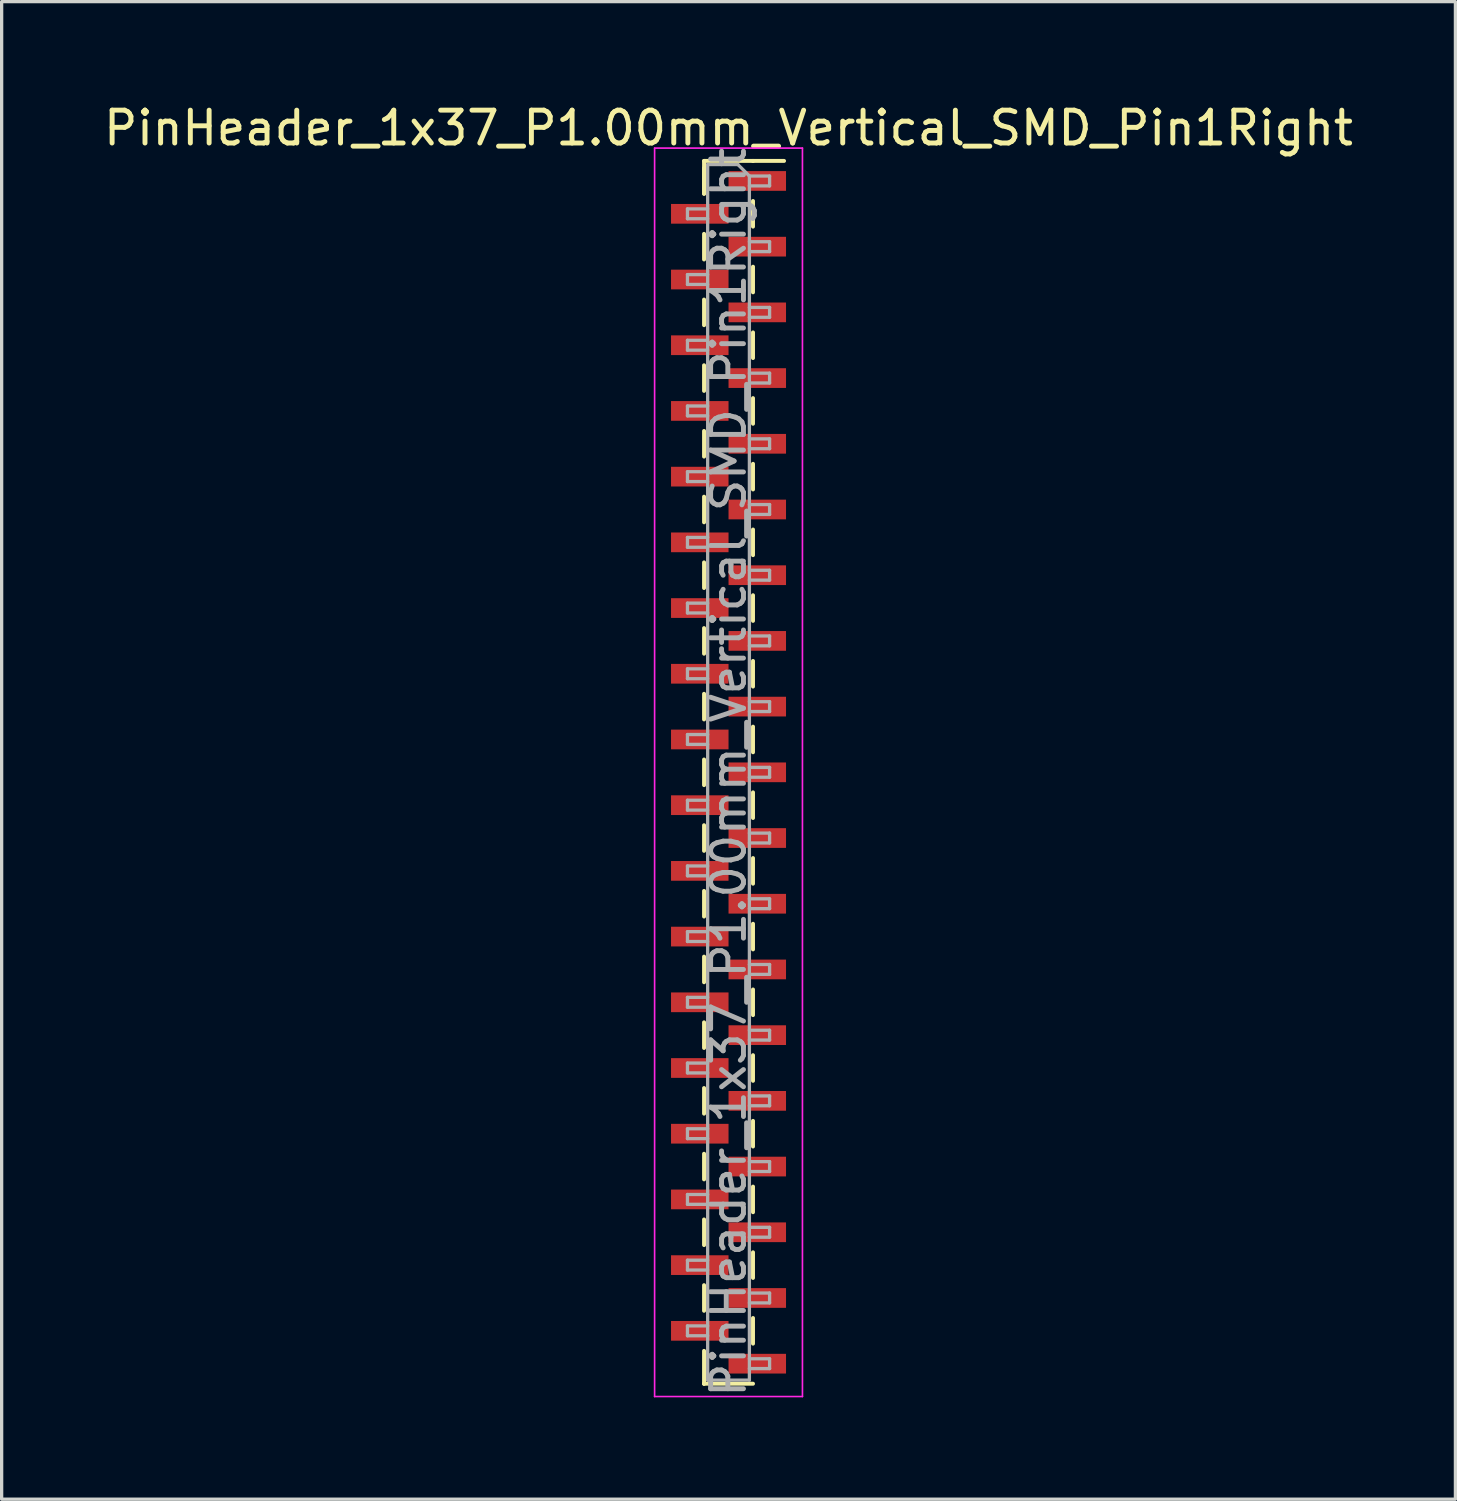
<source format=kicad_pcb>
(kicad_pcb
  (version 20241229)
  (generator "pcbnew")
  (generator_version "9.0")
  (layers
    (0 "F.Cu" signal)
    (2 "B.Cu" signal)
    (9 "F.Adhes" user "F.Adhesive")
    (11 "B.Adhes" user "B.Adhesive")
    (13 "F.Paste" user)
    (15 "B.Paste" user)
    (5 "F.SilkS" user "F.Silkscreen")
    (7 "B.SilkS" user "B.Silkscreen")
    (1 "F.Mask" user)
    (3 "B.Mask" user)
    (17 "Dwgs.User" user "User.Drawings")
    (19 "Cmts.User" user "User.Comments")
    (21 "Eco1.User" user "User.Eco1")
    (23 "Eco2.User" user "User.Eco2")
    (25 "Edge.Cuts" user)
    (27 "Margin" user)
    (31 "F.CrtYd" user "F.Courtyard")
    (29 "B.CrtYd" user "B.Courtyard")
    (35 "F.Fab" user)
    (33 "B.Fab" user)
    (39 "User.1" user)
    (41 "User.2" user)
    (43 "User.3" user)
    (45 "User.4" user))
  (footprint "PinHeader_1x37_P1.00mm_Vertical_SMD_Pin1Right"
    (layer "F.Cu")
    (at 19.125 20.458)
    (property "Reference" "PinHeader_1x37_P1.00mm_Vertical_SMD_Pin1Right" (at 0 -19.61 0) (layer "F.SilkS") (effects (font (size 1 1) (thickness 0.15))))
    (attr smd)
    (fp_line (start -0.745 -18.61) (end -0.745 -17.61) (stroke (width 0.12) (type solid)) (layer "F.SilkS"))
    (fp_line (start -0.745 -18.61) (end 0.745 -18.61) (stroke (width 0.12) (type solid)) (layer "F.SilkS"))
    (fp_line (start -0.745 -18.39) (end -0.745 -17.61) (stroke (width 0.12) (type solid)) (layer "F.SilkS"))
    (fp_line (start -0.745 -16.39) (end -0.745 -15.61) (stroke (width 0.12) (type solid)) (layer "F.SilkS"))
    (fp_line (start -0.745 -14.39) (end -0.745 -13.61) (stroke (width 0.12) (type solid)) (layer "F.SilkS"))
    (fp_line (start -0.745 -12.39) (end -0.745 -11.61) (stroke (width 0.12) (type solid)) (layer "F.SilkS"))
    (fp_line (start -0.745 -10.39) (end -0.745 -9.61) (stroke (width 0.12) (type solid)) (layer "F.SilkS"))
    (fp_line (start -0.745 -8.39) (end -0.745 -7.61) (stroke (width 0.12) (type solid)) (layer "F.SilkS"))
    (fp_line (start -0.745 -6.39) (end -0.745 -5.61) (stroke (width 0.12) (type solid)) (layer "F.SilkS"))
    (fp_line (start -0.745 -4.39) (end -0.745 -3.61) (stroke (width 0.12) (type solid)) (layer "F.SilkS"))
    (fp_line (start -0.745 -2.39) (end -0.745 -1.61) (stroke (width 0.12) (type solid)) (layer "F.SilkS"))
    (fp_line (start -0.745 -0.39) (end -0.745 0.39) (stroke (width 0.12) (type solid)) (layer "F.SilkS"))
    (fp_line (start -0.745 1.61) (end -0.745 2.39) (stroke (width 0.12) (type solid)) (layer "F.SilkS"))
    (fp_line (start -0.745 3.61) (end -0.745 4.39) (stroke (width 0.12) (type solid)) (layer "F.SilkS"))
    (fp_line (start -0.745 5.61) (end -0.745 6.39) (stroke (width 0.12) (type solid)) (layer "F.SilkS"))
    (fp_line (start -0.745 7.61) (end -0.745 8.39) (stroke (width 0.12) (type solid)) (layer "F.SilkS"))
    (fp_line (start -0.745 9.61) (end -0.745 10.39) (stroke (width 0.12) (type solid)) (layer "F.SilkS"))
    (fp_line (start -0.745 11.61) (end -0.745 12.39) (stroke (width 0.12) (type solid)) (layer "F.SilkS"))
    (fp_line (start -0.745 13.61) (end -0.745 14.39) (stroke (width 0.12) (type solid)) (layer "F.SilkS"))
    (fp_line (start -0.745 15.61) (end -0.745 16.39) (stroke (width 0.12) (type solid)) (layer "F.SilkS"))
    (fp_line (start -0.745 17.61) (end -0.745 18.61) (stroke (width 0.12) (type solid)) (layer "F.SilkS"))
    (fp_line (start -0.745 18.61) (end -0.745 18.61) (stroke (width 0.12) (type solid)) (layer "F.SilkS"))
    (fp_line (start -0.745 18.61) (end 0.745 18.61) (stroke (width 0.12) (type solid)) (layer "F.SilkS"))
    (fp_line (start 0.745 -18.61) (end 0.745 -18.61) (stroke (width 0.12) (type solid)) (layer "F.SilkS"))
    (fp_line (start 0.745 -18.61) (end 1.69 -18.61) (stroke (width 0.12) (type solid)) (layer "F.SilkS"))
    (fp_line (start 0.745 -17.39) (end 0.745 -16.61) (stroke (width 0.12) (type solid)) (layer "F.SilkS"))
    (fp_line (start 0.745 -15.39) (end 0.745 -14.61) (stroke (width 0.12) (type solid)) (layer "F.SilkS"))
    (fp_line (start 0.745 -13.39) (end 0.745 -12.61) (stroke (width 0.12) (type solid)) (layer "F.SilkS"))
    (fp_line (start 0.745 -11.39) (end 0.745 -10.61) (stroke (width 0.12) (type solid)) (layer "F.SilkS"))
    (fp_line (start 0.745 -9.39) (end 0.745 -8.61) (stroke (width 0.12) (type solid)) (layer "F.SilkS"))
    (fp_line (start 0.745 -7.39) (end 0.745 -6.61) (stroke (width 0.12) (type solid)) (layer "F.SilkS"))
    (fp_line (start 0.745 -5.39) (end 0.745 -4.61) (stroke (width 0.12) (type solid)) (layer "F.SilkS"))
    (fp_line (start 0.745 -3.39) (end 0.745 -2.61) (stroke (width 0.12) (type solid)) (layer "F.SilkS"))
    (fp_line (start 0.745 -1.39) (end 0.745 -0.61) (stroke (width 0.12) (type solid)) (layer "F.SilkS"))
    (fp_line (start 0.745 0.61) (end 0.745 1.39) (stroke (width 0.12) (type solid)) (layer "F.SilkS"))
    (fp_line (start 0.745 2.61) (end 0.745 3.39) (stroke (width 0.12) (type solid)) (layer "F.SilkS"))
    (fp_line (start 0.745 4.61) (end 0.745 5.39) (stroke (width 0.12) (type solid)) (layer "F.SilkS"))
    (fp_line (start 0.745 6.61) (end 0.745 7.39) (stroke (width 0.12) (type solid)) (layer "F.SilkS"))
    (fp_line (start 0.745 8.61) (end 0.745 9.39) (stroke (width 0.12) (type solid)) (layer "F.SilkS"))
    (fp_line (start 0.745 10.61) (end 0.745 11.39) (stroke (width 0.12) (type solid)) (layer "F.SilkS"))
    (fp_line (start 0.745 12.61) (end 0.745 13.39) (stroke (width 0.12) (type solid)) (layer "F.SilkS"))
    (fp_line (start 0.745 14.61) (end 0.745 15.39) (stroke (width 0.12) (type solid)) (layer "F.SilkS"))
    (fp_line (start 0.745 16.61) (end 0.745 17.39) (stroke (width 0.12) (type solid)) (layer "F.SilkS"))
    (fp_line (start -2.25 -19) (end -2.25 19) (stroke (width 0.05) (type solid)) (layer "F.CrtYd"))
    (fp_line (start -2.25 19) (end 2.25 19) (stroke (width 0.05) (type solid)) (layer "F.CrtYd"))
    (fp_line (start 2.25 -19) (end -2.25 -19) (stroke (width 0.05) (type solid)) (layer "F.CrtYd"))
    (fp_line (start 2.25 19) (end 2.25 -19) (stroke (width 0.05) (type solid)) (layer "F.CrtYd"))
    (fp_line (start -1.25 -17.15) (end -1.25 -16.85) (stroke (width 0.1) (type solid)) (layer "F.Fab"))
    (fp_line (start -1.25 -16.85) (end -0.635 -16.85) (stroke (width 0.1) (type solid)) (layer "F.Fab"))
    (fp_line (start -1.25 -15.15) (end -1.25 -14.85) (stroke (width 0.1) (type solid)) (layer "F.Fab"))
    (fp_line (start -1.25 -14.85) (end -0.635 -14.85) (stroke (width 0.1) (type solid)) (layer "F.Fab"))
    (fp_line (start -1.25 -13.15) (end -1.25 -12.85) (stroke (width 0.1) (type solid)) (layer "F.Fab"))
    (fp_line (start -1.25 -12.85) (end -0.635 -12.85) (stroke (width 0.1) (type solid)) (layer "F.Fab"))
    (fp_line (start -1.25 -11.15) (end -1.25 -10.85) (stroke (width 0.1) (type solid)) (layer "F.Fab"))
    (fp_line (start -1.25 -10.85) (end -0.635 -10.85) (stroke (width 0.1) (type solid)) (layer "F.Fab"))
    (fp_line (start -1.25 -9.15) (end -1.25 -8.85) (stroke (width 0.1) (type solid)) (layer "F.Fab"))
    (fp_line (start -1.25 -8.85) (end -0.635 -8.85) (stroke (width 0.1) (type solid)) (layer "F.Fab"))
    (fp_line (start -1.25 -7.15) (end -1.25 -6.85) (stroke (width 0.1) (type solid)) (layer "F.Fab"))
    (fp_line (start -1.25 -6.85) (end -0.635 -6.85) (stroke (width 0.1) (type solid)) (layer "F.Fab"))
    (fp_line (start -1.25 -5.15) (end -1.25 -4.85) (stroke (width 0.1) (type solid)) (layer "F.Fab"))
    (fp_line (start -1.25 -4.85) (end -0.635 -4.85) (stroke (width 0.1) (type solid)) (layer "F.Fab"))
    (fp_line (start -1.25 -3.15) (end -1.25 -2.85) (stroke (width 0.1) (type solid)) (layer "F.Fab"))
    (fp_line (start -1.25 -2.85) (end -0.635 -2.85) (stroke (width 0.1) (type solid)) (layer "F.Fab"))
    (fp_line (start -1.25 -1.15) (end -1.25 -0.85) (stroke (width 0.1) (type solid)) (layer "F.Fab"))
    (fp_line (start -1.25 -0.85) (end -0.635 -0.85) (stroke (width 0.1) (type solid)) (layer "F.Fab"))
    (fp_line (start -1.25 0.85) (end -1.25 1.15) (stroke (width 0.1) (type solid)) (layer "F.Fab"))
    (fp_line (start -1.25 1.15) (end -0.635 1.15) (stroke (width 0.1) (type solid)) (layer "F.Fab"))
    (fp_line (start -1.25 2.85) (end -1.25 3.15) (stroke (width 0.1) (type solid)) (layer "F.Fab"))
    (fp_line (start -1.25 3.15) (end -0.635 3.15) (stroke (width 0.1) (type solid)) (layer "F.Fab"))
    (fp_line (start -1.25 4.85) (end -1.25 5.15) (stroke (width 0.1) (type solid)) (layer "F.Fab"))
    (fp_line (start -1.25 5.15) (end -0.635 5.15) (stroke (width 0.1) (type solid)) (layer "F.Fab"))
    (fp_line (start -1.25 6.85) (end -1.25 7.15) (stroke (width 0.1) (type solid)) (layer "F.Fab"))
    (fp_line (start -1.25 7.15) (end -0.635 7.15) (stroke (width 0.1) (type solid)) (layer "F.Fab"))
    (fp_line (start -1.25 8.85) (end -1.25 9.15) (stroke (width 0.1) (type solid)) (layer "F.Fab"))
    (fp_line (start -1.25 9.15) (end -0.635 9.15) (stroke (width 0.1) (type solid)) (layer "F.Fab"))
    (fp_line (start -1.25 10.85) (end -1.25 11.15) (stroke (width 0.1) (type solid)) (layer "F.Fab"))
    (fp_line (start -1.25 11.15) (end -0.635 11.15) (stroke (width 0.1) (type solid)) (layer "F.Fab"))
    (fp_line (start -1.25 12.85) (end -1.25 13.15) (stroke (width 0.1) (type solid)) (layer "F.Fab"))
    (fp_line (start -1.25 13.15) (end -0.635 13.15) (stroke (width 0.1) (type solid)) (layer "F.Fab"))
    (fp_line (start -1.25 14.85) (end -1.25 15.15) (stroke (width 0.1) (type solid)) (layer "F.Fab"))
    (fp_line (start -1.25 15.15) (end -0.635 15.15) (stroke (width 0.1) (type solid)) (layer "F.Fab"))
    (fp_line (start -1.25 16.85) (end -1.25 17.15) (stroke (width 0.1) (type solid)) (layer "F.Fab"))
    (fp_line (start -1.25 17.15) (end -0.635 17.15) (stroke (width 0.1) (type solid)) (layer "F.Fab"))
    (fp_line (start -0.635 -18.5) (end -0.635 18.5) (stroke (width 0.1) (type solid)) (layer "F.Fab"))
    (fp_line (start -0.635 -18.5) (end 0.285 -18.5) (stroke (width 0.1) (type solid)) (layer "F.Fab"))
    (fp_line (start -0.635 -17.15) (end -1.25 -17.15) (stroke (width 0.1) (type solid)) (layer "F.Fab"))
    (fp_line (start -0.635 -15.15) (end -1.25 -15.15) (stroke (width 0.1) (type solid)) (layer "F.Fab"))
    (fp_line (start -0.635 -13.15) (end -1.25 -13.15) (stroke (width 0.1) (type solid)) (layer "F.Fab"))
    (fp_line (start -0.635 -11.15) (end -1.25 -11.15) (stroke (width 0.1) (type solid)) (layer "F.Fab"))
    (fp_line (start -0.635 -9.15) (end -1.25 -9.15) (stroke (width 0.1) (type solid)) (layer "F.Fab"))
    (fp_line (start -0.635 -7.15) (end -1.25 -7.15) (stroke (width 0.1) (type solid)) (layer "F.Fab"))
    (fp_line (start -0.635 -5.15) (end -1.25 -5.15) (stroke (width 0.1) (type solid)) (layer "F.Fab"))
    (fp_line (start -0.635 -3.15) (end -1.25 -3.15) (stroke (width 0.1) (type solid)) (layer "F.Fab"))
    (fp_line (start -0.635 -1.15) (end -1.25 -1.15) (stroke (width 0.1) (type solid)) (layer "F.Fab"))
    (fp_line (start -0.635 0.85) (end -1.25 0.85) (stroke (width 0.1) (type solid)) (layer "F.Fab"))
    (fp_line (start -0.635 2.85) (end -1.25 2.85) (stroke (width 0.1) (type solid)) (layer "F.Fab"))
    (fp_line (start -0.635 4.85) (end -1.25 4.85) (stroke (width 0.1) (type solid)) (layer "F.Fab"))
    (fp_line (start -0.635 6.85) (end -1.25 6.85) (stroke (width 0.1) (type solid)) (layer "F.Fab"))
    (fp_line (start -0.635 8.85) (end -1.25 8.85) (stroke (width 0.1) (type solid)) (layer "F.Fab"))
    (fp_line (start -0.635 10.85) (end -1.25 10.85) (stroke (width 0.1) (type solid)) (layer "F.Fab"))
    (fp_line (start -0.635 12.85) (end -1.25 12.85) (stroke (width 0.1) (type solid)) (layer "F.Fab"))
    (fp_line (start -0.635 14.85) (end -1.25 14.85) (stroke (width 0.1) (type solid)) (layer "F.Fab"))
    (fp_line (start -0.635 16.85) (end -1.25 16.85) (stroke (width 0.1) (type solid)) (layer "F.Fab"))
    (fp_line (start 0.635 -18.15) (end 0.285 -18.5) (stroke (width 0.1) (type solid)) (layer "F.Fab"))
    (fp_line (start 0.635 -18.15) (end 1.25 -18.15) (stroke (width 0.1) (type solid)) (layer "F.Fab"))
    (fp_line (start 0.635 -16.15) (end 1.25 -16.15) (stroke (width 0.1) (type solid)) (layer "F.Fab"))
    (fp_line (start 0.635 -14.15) (end 1.25 -14.15) (stroke (width 0.1) (type solid)) (layer "F.Fab"))
    (fp_line (start 0.635 -12.15) (end 1.25 -12.15) (stroke (width 0.1) (type solid)) (layer "F.Fab"))
    (fp_line (start 0.635 -10.15) (end 1.25 -10.15) (stroke (width 0.1) (type solid)) (layer "F.Fab"))
    (fp_line (start 0.635 -8.15) (end 1.25 -8.15) (stroke (width 0.1) (type solid)) (layer "F.Fab"))
    (fp_line (start 0.635 -6.15) (end 1.25 -6.15) (stroke (width 0.1) (type solid)) (layer "F.Fab"))
    (fp_line (start 0.635 -4.15) (end 1.25 -4.15) (stroke (width 0.1) (type solid)) (layer "F.Fab"))
    (fp_line (start 0.635 -2.15) (end 1.25 -2.15) (stroke (width 0.1) (type solid)) (layer "F.Fab"))
    (fp_line (start 0.635 -0.15) (end 1.25 -0.15) (stroke (width 0.1) (type solid)) (layer "F.Fab"))
    (fp_line (start 0.635 1.85) (end 1.25 1.85) (stroke (width 0.1) (type solid)) (layer "F.Fab"))
    (fp_line (start 0.635 3.85) (end 1.25 3.85) (stroke (width 0.1) (type solid)) (layer "F.Fab"))
    (fp_line (start 0.635 5.85) (end 1.25 5.85) (stroke (width 0.1) (type solid)) (layer "F.Fab"))
    (fp_line (start 0.635 7.85) (end 1.25 7.85) (stroke (width 0.1) (type solid)) (layer "F.Fab"))
    (fp_line (start 0.635 9.85) (end 1.25 9.85) (stroke (width 0.1) (type solid)) (layer "F.Fab"))
    (fp_line (start 0.635 11.85) (end 1.25 11.85) (stroke (width 0.1) (type solid)) (layer "F.Fab"))
    (fp_line (start 0.635 13.85) (end 1.25 13.85) (stroke (width 0.1) (type solid)) (layer "F.Fab"))
    (fp_line (start 0.635 15.85) (end 1.25 15.85) (stroke (width 0.1) (type solid)) (layer "F.Fab"))
    (fp_line (start 0.635 17.85) (end 1.25 17.85) (stroke (width 0.1) (type solid)) (layer "F.Fab"))
    (fp_line (start 0.635 18.5) (end -0.635 18.5) (stroke (width 0.1) (type solid)) (layer "F.Fab"))
    (fp_line (start 0.635 18.5) (end 0.635 -18.15) (stroke (width 0.1) (type solid)) (layer "F.Fab"))
    (fp_line (start 1.25 -18.15) (end 1.25 -17.85) (stroke (width 0.1) (type solid)) (layer "F.Fab"))
    (fp_line (start 1.25 -17.85) (end 0.635 -17.85) (stroke (width 0.1) (type solid)) (layer "F.Fab"))
    (fp_line (start 1.25 -16.15) (end 1.25 -15.85) (stroke (width 0.1) (type solid)) (layer "F.Fab"))
    (fp_line (start 1.25 -15.85) (end 0.635 -15.85) (stroke (width 0.1) (type solid)) (layer "F.Fab"))
    (fp_line (start 1.25 -14.15) (end 1.25 -13.85) (stroke (width 0.1) (type solid)) (layer "F.Fab"))
    (fp_line (start 1.25 -13.85) (end 0.635 -13.85) (stroke (width 0.1) (type solid)) (layer "F.Fab"))
    (fp_line (start 1.25 -12.15) (end 1.25 -11.85) (stroke (width 0.1) (type solid)) (layer "F.Fab"))
    (fp_line (start 1.25 -11.85) (end 0.635 -11.85) (stroke (width 0.1) (type solid)) (layer "F.Fab"))
    (fp_line (start 1.25 -10.15) (end 1.25 -9.85) (stroke (width 0.1) (type solid)) (layer "F.Fab"))
    (fp_line (start 1.25 -9.85) (end 0.635 -9.85) (stroke (width 0.1) (type solid)) (layer "F.Fab"))
    (fp_line (start 1.25 -8.15) (end 1.25 -7.85) (stroke (width 0.1) (type solid)) (layer "F.Fab"))
    (fp_line (start 1.25 -7.85) (end 0.635 -7.85) (stroke (width 0.1) (type solid)) (layer "F.Fab"))
    (fp_line (start 1.25 -6.15) (end 1.25 -5.85) (stroke (width 0.1) (type solid)) (layer "F.Fab"))
    (fp_line (start 1.25 -5.85) (end 0.635 -5.85) (stroke (width 0.1) (type solid)) (layer "F.Fab"))
    (fp_line (start 1.25 -4.15) (end 1.25 -3.85) (stroke (width 0.1) (type solid)) (layer "F.Fab"))
    (fp_line (start 1.25 -3.85) (end 0.635 -3.85) (stroke (width 0.1) (type solid)) (layer "F.Fab"))
    (fp_line (start 1.25 -2.15) (end 1.25 -1.85) (stroke (width 0.1) (type solid)) (layer "F.Fab"))
    (fp_line (start 1.25 -1.85) (end 0.635 -1.85) (stroke (width 0.1) (type solid)) (layer "F.Fab"))
    (fp_line (start 1.25 -0.15) (end 1.25 0.15) (stroke (width 0.1) (type solid)) (layer "F.Fab"))
    (fp_line (start 1.25 0.15) (end 0.635 0.15) (stroke (width 0.1) (type solid)) (layer "F.Fab"))
    (fp_line (start 1.25 1.85) (end 1.25 2.15) (stroke (width 0.1) (type solid)) (layer "F.Fab"))
    (fp_line (start 1.25 2.15) (end 0.635 2.15) (stroke (width 0.1) (type solid)) (layer "F.Fab"))
    (fp_line (start 1.25 3.85) (end 1.25 4.15) (stroke (width 0.1) (type solid)) (layer "F.Fab"))
    (fp_line (start 1.25 4.15) (end 0.635 4.15) (stroke (width 0.1) (type solid)) (layer "F.Fab"))
    (fp_line (start 1.25 5.85) (end 1.25 6.15) (stroke (width 0.1) (type solid)) (layer "F.Fab"))
    (fp_line (start 1.25 6.15) (end 0.635 6.15) (stroke (width 0.1) (type solid)) (layer "F.Fab"))
    (fp_line (start 1.25 7.85) (end 1.25 8.15) (stroke (width 0.1) (type solid)) (layer "F.Fab"))
    (fp_line (start 1.25 8.15) (end 0.635 8.15) (stroke (width 0.1) (type solid)) (layer "F.Fab"))
    (fp_line (start 1.25 9.85) (end 1.25 10.15) (stroke (width 0.1) (type solid)) (layer "F.Fab"))
    (fp_line (start 1.25 10.15) (end 0.635 10.15) (stroke (width 0.1) (type solid)) (layer "F.Fab"))
    (fp_line (start 1.25 11.85) (end 1.25 12.15) (stroke (width 0.1) (type solid)) (layer "F.Fab"))
    (fp_line (start 1.25 12.15) (end 0.635 12.15) (stroke (width 0.1) (type solid)) (layer "F.Fab"))
    (fp_line (start 1.25 13.85) (end 1.25 14.15) (stroke (width 0.1) (type solid)) (layer "F.Fab"))
    (fp_line (start 1.25 14.15) (end 0.635 14.15) (stroke (width 0.1) (type solid)) (layer "F.Fab"))
    (fp_line (start 1.25 15.85) (end 1.25 16.15) (stroke (width 0.1) (type solid)) (layer "F.Fab"))
    (fp_line (start 1.25 16.15) (end 0.635 16.15) (stroke (width 0.1) (type solid)) (layer "F.Fab"))
    (fp_line (start 1.25 17.85) (end 1.25 18.15) (stroke (width 0.1) (type solid)) (layer "F.Fab"))
    (fp_line (start 1.25 18.15) (end 0.635 18.15) (stroke (width 0.1) (type solid)) (layer "F.Fab"))
    (fp_text user "${REFERENCE}" (at 0 0 90) (layer "F.Fab") (effects (font (size 1 1) (thickness 0.15))))
    (pad "1" smd rect (at 0.875 -18) (size 1.75 0.6) (layers "F.Cu" "F.Mask" "F.Paste"))
    (pad "2" smd rect (at -0.875 -17) (size 1.75 0.6) (layers "F.Cu" "F.Mask" "F.Paste"))
    (pad "3" smd rect (at 0.875 -16) (size 1.75 0.6) (layers "F.Cu" "F.Mask" "F.Paste"))
    (pad "4" smd rect (at -0.875 -15) (size 1.75 0.6) (layers "F.Cu" "F.Mask" "F.Paste"))
    (pad "5" smd rect (at 0.875 -14) (size 1.75 0.6) (layers "F.Cu" "F.Mask" "F.Paste"))
    (pad "6" smd rect (at -0.875 -13) (size 1.75 0.6) (layers "F.Cu" "F.Mask" "F.Paste"))
    (pad "7" smd rect (at 0.875 -12) (size 1.75 0.6) (layers "F.Cu" "F.Mask" "F.Paste"))
    (pad "8" smd rect (at -0.875 -11) (size 1.75 0.6) (layers "F.Cu" "F.Mask" "F.Paste"))
    (pad "9" smd rect (at 0.875 -10) (size 1.75 0.6) (layers "F.Cu" "F.Mask" "F.Paste"))
    (pad "10" smd rect (at -0.875 -9) (size 1.75 0.6) (layers "F.Cu" "F.Mask" "F.Paste"))
    (pad "11" smd rect (at 0.875 -8) (size 1.75 0.6) (layers "F.Cu" "F.Mask" "F.Paste"))
    (pad "12" smd rect (at -0.875 -7) (size 1.75 0.6) (layers "F.Cu" "F.Mask" "F.Paste"))
    (pad "13" smd rect (at 0.875 -6) (size 1.75 0.6) (layers "F.Cu" "F.Mask" "F.Paste"))
    (pad "14" smd rect (at -0.875 -5) (size 1.75 0.6) (layers "F.Cu" "F.Mask" "F.Paste"))
    (pad "15" smd rect (at 0.875 -4) (size 1.75 0.6) (layers "F.Cu" "F.Mask" "F.Paste"))
    (pad "16" smd rect (at -0.875 -3) (size 1.75 0.6) (layers "F.Cu" "F.Mask" "F.Paste"))
    (pad "17" smd rect (at 0.875 -2) (size 1.75 0.6) (layers "F.Cu" "F.Mask" "F.Paste"))
    (pad "18" smd rect (at -0.875 -1) (size 1.75 0.6) (layers "F.Cu" "F.Mask" "F.Paste"))
    (pad "19" smd rect (at 0.875 0) (size 1.75 0.6) (layers "F.Cu" "F.Mask" "F.Paste"))
    (pad "20" smd rect (at -0.875 1) (size 1.75 0.6) (layers "F.Cu" "F.Mask" "F.Paste"))
    (pad "21" smd rect (at 0.875 2) (size 1.75 0.6) (layers "F.Cu" "F.Mask" "F.Paste"))
    (pad "22" smd rect (at -0.875 3) (size 1.75 0.6) (layers "F.Cu" "F.Mask" "F.Paste"))
    (pad "23" smd rect (at 0.875 4) (size 1.75 0.6) (layers "F.Cu" "F.Mask" "F.Paste"))
    (pad "24" smd rect (at -0.875 5) (size 1.75 0.6) (layers "F.Cu" "F.Mask" "F.Paste"))
    (pad "25" smd rect (at 0.875 6) (size 1.75 0.6) (layers "F.Cu" "F.Mask" "F.Paste"))
    (pad "26" smd rect (at -0.875 7) (size 1.75 0.6) (layers "F.Cu" "F.Mask" "F.Paste"))
    (pad "27" smd rect (at 0.875 8) (size 1.75 0.6) (layers "F.Cu" "F.Mask" "F.Paste"))
    (pad "28" smd rect (at -0.875 9) (size 1.75 0.6) (layers "F.Cu" "F.Mask" "F.Paste"))
    (pad "29" smd rect (at 0.875 10) (size 1.75 0.6) (layers "F.Cu" "F.Mask" "F.Paste"))
    (pad "30" smd rect (at -0.875 11) (size 1.75 0.6) (layers "F.Cu" "F.Mask" "F.Paste"))
    (pad "31" smd rect (at 0.875 12) (size 1.75 0.6) (layers "F.Cu" "F.Mask" "F.Paste"))
    (pad "32" smd rect (at -0.875 13) (size 1.75 0.6) (layers "F.Cu" "F.Mask" "F.Paste"))
    (pad "33" smd rect (at 0.875 14) (size 1.75 0.6) (layers "F.Cu" "F.Mask" "F.Paste"))
    (pad "34" smd rect (at -0.875 15) (size 1.75 0.6) (layers "F.Cu" "F.Mask" "F.Paste"))
    (pad "35" smd rect (at 0.875 16) (size 1.75 0.6) (layers "F.Cu" "F.Mask" "F.Paste"))
    (pad "36" smd rect (at -0.875 17) (size 1.75 0.6) (layers "F.Cu" "F.Mask" "F.Paste"))
    (pad "37" smd rect (at 0.875 18) (size 1.75 0.6) (layers "F.Cu" "F.Mask" "F.Paste")))
  (gr_rect
    (start -3 -3)
    (end 41.25 42.583)
    (stroke (width 0.1) (type default))
    (fill no)
    (layer "Edge.Cuts")))
</source>
